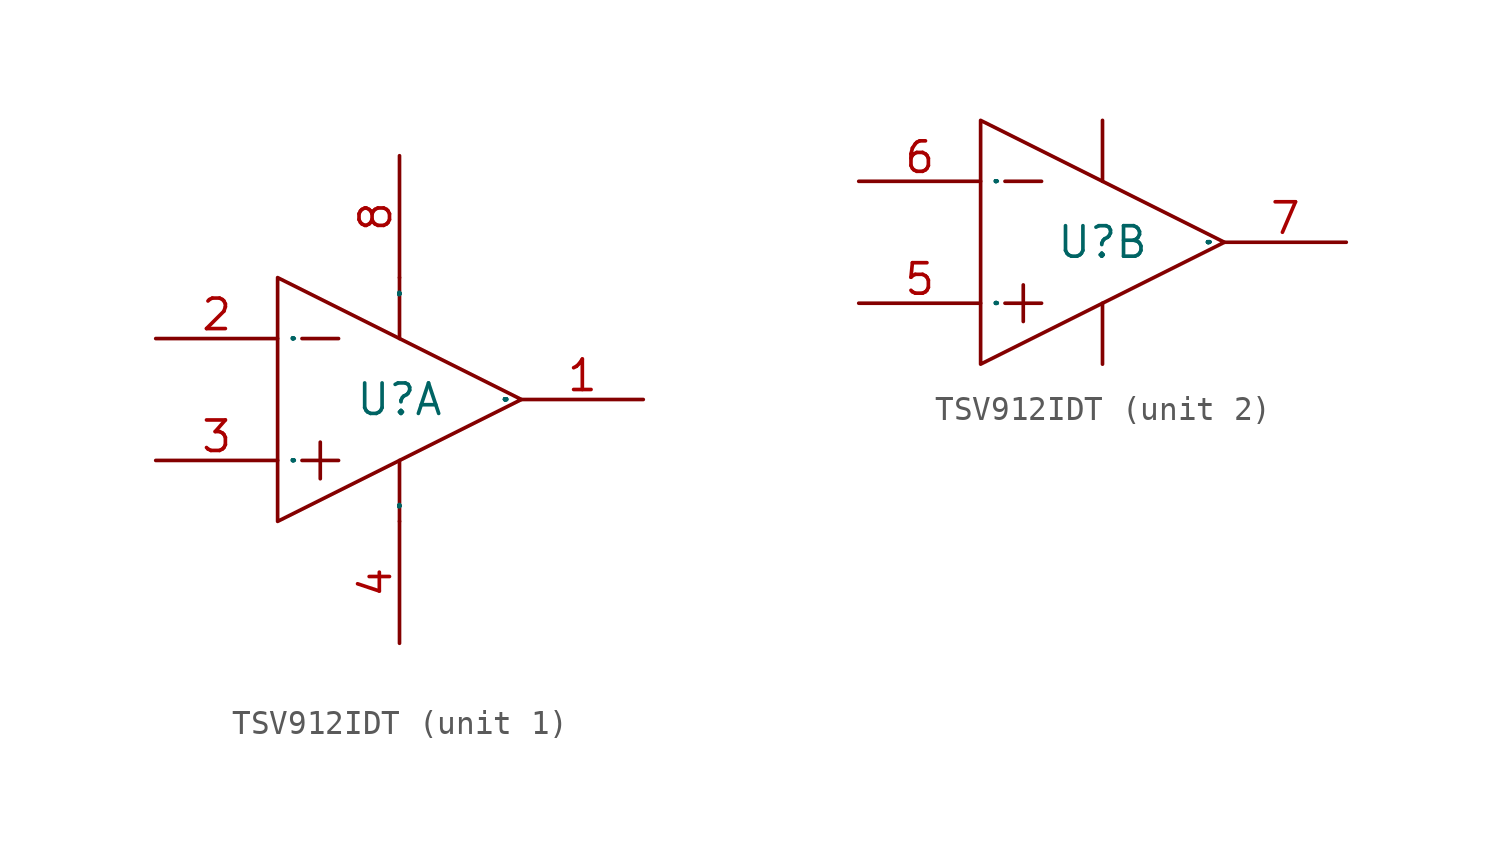
<source format=kicad_sym>
(kicad_symbol_lib
  (version 20241209)
  (generator "kicad_symbol_editor")
  (generator_version "9.0")
  (symbol "TSV912IDT"
    (property "Reference" "U"
      (at 0 0 0)
      (effects (font (size 1.27 1.27))))
    (property "Value" ""
      (at 0 0 0)
      (effects (font (size 1.27 1.27))))
    (symbol "TSV912IDT_1_0"
      (polyline (pts (xy -5.08 -5.08) (xy 5.08 0) (xy 5.08 0) (xy -5.08 5.08) (xy -5.08 5.08) (xy -5.08 -5.08)) (stroke (width 0) (type default)) (fill (type none)))
      (polyline (pts (xy -4.064 2.54) (xy -2.54 2.54)) (stroke (width 0) (type default)) (fill (type none)))
      (polyline (pts (xy -4.064 -2.54) (xy -2.54 -2.54)) (stroke (width 0) (type default)) (fill (type none)))
      (polyline (pts (xy -3.302 -1.778) (xy -3.302 -3.302)) (stroke (width 0) (type default)) (fill (type none)))
      (polyline (pts (xy 0 5.08) (xy 0 2.54)) (stroke (width 0) (type default)) (fill (type none)))
      (polyline (pts (xy 0 -2.54) (xy 0 -5.08)) (stroke (width 0) (type default)) (fill (type none)))
      (pin unspecified line (at -10.16 2.54 0) (length 5.08) (name "IN1-" (effects (font (size 0.025 0.025)))) (number "2" (effects (font (size 1.27 1.27)))))
      (pin unspecified line (at -10.16 -2.54 0) (length 5.08) (name "IN1+" (effects (font (size 0.025 0.025)))) (number "3" (effects (font (size 1.27 1.27)))))
      (pin unspecified line (at 0 10.16 270) (length 5.08) (name "VCC+" (effects (font (size 0.025 0.025)))) (number "8" (effects (font (size 1.27 1.27)))))
      (pin unspecified line (at 0 -10.16 90) (length 5.08) (name "VCC-" (effects (font (size 0.025 0.025)))) (number "4" (effects (font (size 1.27 1.27)))))
      (pin output line (at 10.16 0 180) (length 5.08) (name "OUT1" (effects (font (size 0.025 0.025)))) (number "1" (effects (font (size 1.27 1.27))))))
    (symbol "TSV912IDT_2_0"
      (polyline (pts (xy -5.08 -5.08) (xy 5.08 0) (xy 5.08 0) (xy -5.08 5.08) (xy -5.08 5.08) (xy -5.08 -5.08)) (stroke (width 0) (type default)) (fill (type none)))
      (polyline (pts (xy -4.064 2.54) (xy -2.54 2.54)) (stroke (width 0) (type default)) (fill (type none)))
      (polyline (pts (xy -4.064 -2.54) (xy -2.54 -2.54)) (stroke (width 0) (type default)) (fill (type none)))
      (polyline (pts (xy -3.302 -1.778) (xy -3.302 -3.302)) (stroke (width 0) (type default)) (fill (type none)))
      (polyline (pts (xy 0 5.08) (xy 0 2.54)) (stroke (width 0) (type default)) (fill (type none)))
      (polyline (pts (xy 0 -2.54) (xy 0 -5.08)) (stroke (width 0) (type default)) (fill (type none)))
      (pin unspecified line (at -10.16 2.54 0) (length 5.08) (name "IN2-" (effects (font (size 0.025 0.025)))) (number "6" (effects (font (size 1.27 1.27)))))
      (pin unspecified line (at -10.16 -2.54 0) (length 5.08) (name "IN2+" (effects (font (size 0.025 0.025)))) (number "5" (effects (font (size 1.27 1.27)))))
      (pin output line (at 10.16 0 180) (length 5.08) (name "OUT2" (effects (font (size 0.025 0.025)))) (number "7" (effects (font (size 1.27 1.27))))))))
</source>
